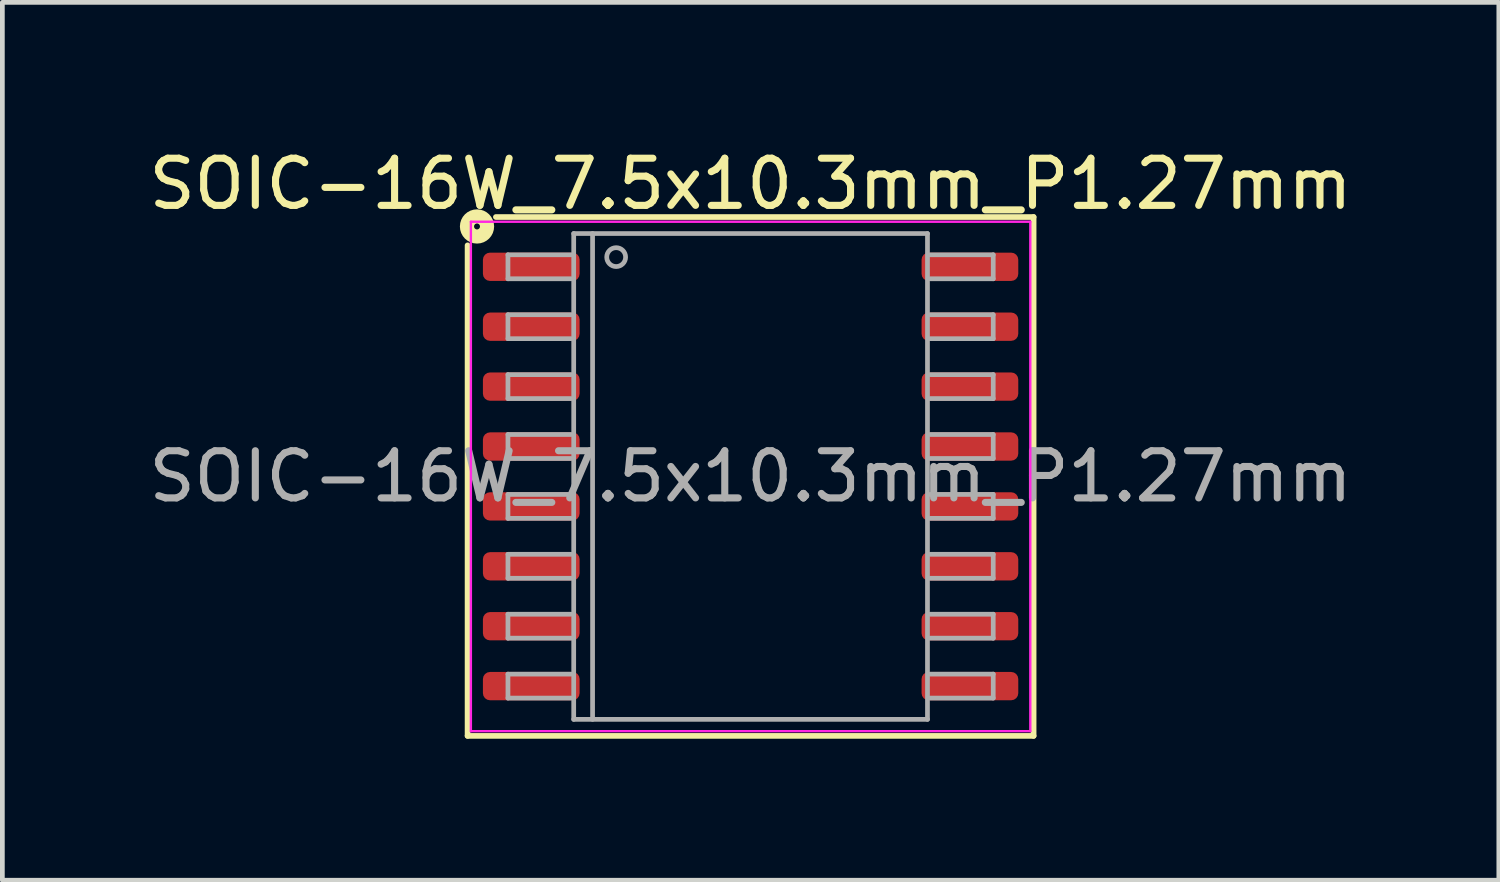
<source format=kicad_pcb>
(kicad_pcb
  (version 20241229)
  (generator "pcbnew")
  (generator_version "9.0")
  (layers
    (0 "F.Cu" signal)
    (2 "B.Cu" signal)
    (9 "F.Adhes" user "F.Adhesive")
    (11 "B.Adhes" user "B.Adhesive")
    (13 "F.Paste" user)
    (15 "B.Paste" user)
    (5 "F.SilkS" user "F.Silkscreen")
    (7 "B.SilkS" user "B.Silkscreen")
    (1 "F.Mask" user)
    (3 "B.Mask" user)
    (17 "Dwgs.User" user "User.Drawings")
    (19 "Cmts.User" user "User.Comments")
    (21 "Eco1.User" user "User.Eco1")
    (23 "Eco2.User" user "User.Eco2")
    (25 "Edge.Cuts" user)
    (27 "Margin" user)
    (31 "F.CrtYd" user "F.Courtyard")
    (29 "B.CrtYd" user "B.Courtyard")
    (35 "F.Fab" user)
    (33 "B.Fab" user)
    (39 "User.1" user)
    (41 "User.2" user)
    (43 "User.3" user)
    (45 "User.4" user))
  (footprint "SOIC-16W_7.5x10.3mm_P1.27mm"
    (layer "F.Cu")
    (at 12.863 7.051)
    (property "Reference" "SOIC-16W_7.5x10.3mm_P1.27mm" (at 0 -6.202 0) (layer "F.SilkS") (effects (font (size 1 1) (thickness 0.15))))
    (attr smd)
    (fp_line (start -6 -4.9) (end -6 5.5) (stroke (width 0.12) (type solid)) (layer "F.SilkS"))
    (fp_line (start -6 5.5) (end 6 5.5) (stroke (width 0.12) (type solid)) (layer "F.SilkS"))
    (fp_line (start 6 -5.5) (end -5.4 -5.5) (stroke (width 0.12) (type solid)) (layer "F.SilkS"))
    (fp_line (start 6 5.5) (end 6 -5.5) (stroke (width 0.12) (type solid)) (layer "F.SilkS"))
    (fp_circle (center -5.8 -5.3) (end -5.737 -5.3) (stroke (width 0.3) (type solid)) (fill no) (layer "F.SilkS"))
    (fp_line (start -5.93 -5.4) (end -5.93 5.4) (stroke (width 0.05) (type solid)) (layer "F.CrtYd"))
    (fp_line (start -5.93 5.4) (end 5.93 5.4) (stroke (width 0.05) (type solid)) (layer "F.CrtYd"))
    (fp_line (start 5.93 -5.4) (end -5.93 -5.4) (stroke (width 0.05) (type solid)) (layer "F.CrtYd"))
    (fp_line (start 5.93 5.4) (end 5.93 -5.4) (stroke (width 0.05) (type solid)) (layer "F.CrtYd"))
    (fp_line (start -5.144 -4.699) (end -5.144 -4.191) (stroke (width 0.1) (type solid)) (layer "F.Fab"))
    (fp_line (start -5.144 -4.699) (end -3.81 -4.699) (stroke (width 0.1) (type solid)) (layer "F.Fab"))
    (fp_line (start -5.144 -4.191) (end -3.81 -4.191) (stroke (width 0.1) (type solid)) (layer "F.Fab"))
    (fp_line (start -5.144 -3.429) (end -5.144 -2.921) (stroke (width 0.1) (type solid)) (layer "F.Fab"))
    (fp_line (start -5.144 -3.429) (end -3.81 -3.429) (stroke (width 0.1) (type solid)) (layer "F.Fab"))
    (fp_line (start -5.144 -2.921) (end -3.81 -2.921) (stroke (width 0.1) (type solid)) (layer "F.Fab"))
    (fp_line (start -5.144 -2.159) (end -5.144 -1.651) (stroke (width 0.1) (type solid)) (layer "F.Fab"))
    (fp_line (start -5.144 -2.159) (end -3.81 -2.159) (stroke (width 0.1) (type solid)) (layer "F.Fab"))
    (fp_line (start -5.144 -1.651) (end -3.81 -1.651) (stroke (width 0.1) (type solid)) (layer "F.Fab"))
    (fp_line (start -5.144 -0.889) (end -5.144 -0.381) (stroke (width 0.1) (type solid)) (layer "F.Fab"))
    (fp_line (start -5.144 -0.889) (end -3.81 -0.889) (stroke (width 0.1) (type solid)) (layer "F.Fab"))
    (fp_line (start -5.144 -0.381) (end -3.81 -0.381) (stroke (width 0.1) (type solid)) (layer "F.Fab"))
    (fp_line (start -5.144 0.381) (end -5.144 0.889) (stroke (width 0.1) (type solid)) (layer "F.Fab"))
    (fp_line (start -5.144 0.381) (end -3.81 0.381) (stroke (width 0.1) (type solid)) (layer "F.Fab"))
    (fp_line (start -5.144 0.889) (end -3.81 0.889) (stroke (width 0.1) (type solid)) (layer "F.Fab"))
    (fp_line (start -5.144 1.651) (end -5.144 2.159) (stroke (width 0.1) (type solid)) (layer "F.Fab"))
    (fp_line (start -5.144 1.651) (end -3.81 1.651) (stroke (width 0.1) (type solid)) (layer "F.Fab"))
    (fp_line (start -5.144 2.159) (end -3.81 2.159) (stroke (width 0.1) (type solid)) (layer "F.Fab"))
    (fp_line (start -5.144 2.921) (end -5.144 3.429) (stroke (width 0.1) (type solid)) (layer "F.Fab"))
    (fp_line (start -5.144 2.921) (end -3.81 2.921) (stroke (width 0.1) (type solid)) (layer "F.Fab"))
    (fp_line (start -5.144 3.429) (end -3.81 3.429) (stroke (width 0.1) (type solid)) (layer "F.Fab"))
    (fp_line (start -5.144 4.191) (end -5.144 4.699) (stroke (width 0.1) (type solid)) (layer "F.Fab"))
    (fp_line (start -5.144 4.191) (end -3.81 4.191) (stroke (width 0.1) (type solid)) (layer "F.Fab"))
    (fp_line (start -5.144 4.699) (end -3.81 4.699) (stroke (width 0.1) (type solid)) (layer "F.Fab"))
    (fp_line (start -3.75 -5.15) (end 3.75 -5.15) (stroke (width 0.1) (type solid)) (layer "F.Fab"))
    (fp_line (start -3.75 5.15) (end -3.75 -5.15) (stroke (width 0.1) (type solid)) (layer "F.Fab"))
    (fp_line (start -3.35 -5.15) (end -3.35 5.15) (stroke (width 0.1) (type solid)) (layer "F.Fab"))
    (fp_line (start 3.75 -5.15) (end 3.75 5.15) (stroke (width 0.1) (type solid)) (layer "F.Fab"))
    (fp_line (start 3.75 5.15) (end -3.75 5.15) (stroke (width 0.1) (type solid)) (layer "F.Fab"))
    (fp_line (start 5.144 -4.699) (end 3.81 -4.699) (stroke (width 0.1) (type solid)) (layer "F.Fab"))
    (fp_line (start 5.144 -4.191) (end 3.81 -4.191) (stroke (width 0.1) (type solid)) (layer "F.Fab"))
    (fp_line (start 5.144 -4.191) (end 5.144 -4.699) (stroke (width 0.1) (type solid)) (layer "F.Fab"))
    (fp_line (start 5.144 -3.429) (end 3.81 -3.429) (stroke (width 0.1) (type solid)) (layer "F.Fab"))
    (fp_line (start 5.144 -2.921) (end 3.81 -2.921) (stroke (width 0.1) (type solid)) (layer "F.Fab"))
    (fp_line (start 5.144 -2.921) (end 5.144 -3.429) (stroke (width 0.1) (type solid)) (layer "F.Fab"))
    (fp_line (start 5.144 -2.159) (end 3.81 -2.159) (stroke (width 0.1) (type solid)) (layer "F.Fab"))
    (fp_line (start 5.144 -1.651) (end 3.81 -1.651) (stroke (width 0.1) (type solid)) (layer "F.Fab"))
    (fp_line (start 5.144 -1.651) (end 5.144 -2.159) (stroke (width 0.1) (type solid)) (layer "F.Fab"))
    (fp_line (start 5.144 -0.889) (end 3.81 -0.889) (stroke (width 0.1) (type solid)) (layer "F.Fab"))
    (fp_line (start 5.144 -0.381) (end 3.81 -0.381) (stroke (width 0.1) (type solid)) (layer "F.Fab"))
    (fp_line (start 5.144 -0.381) (end 5.144 -0.889) (stroke (width 0.1) (type solid)) (layer "F.Fab"))
    (fp_line (start 5.144 0.381) (end 3.81 0.381) (stroke (width 0.1) (type solid)) (layer "F.Fab"))
    (fp_line (start 5.144 0.889) (end 3.81 0.889) (stroke (width 0.1) (type solid)) (layer "F.Fab"))
    (fp_line (start 5.144 0.889) (end 5.144 0.381) (stroke (width 0.1) (type solid)) (layer "F.Fab"))
    (fp_line (start 5.144 1.651) (end 3.81 1.651) (stroke (width 0.1) (type solid)) (layer "F.Fab"))
    (fp_line (start 5.144 2.159) (end 3.81 2.159) (stroke (width 0.1) (type solid)) (layer "F.Fab"))
    (fp_line (start 5.144 2.159) (end 5.144 1.651) (stroke (width 0.1) (type solid)) (layer "F.Fab"))
    (fp_line (start 5.144 2.921) (end 3.81 2.921) (stroke (width 0.1) (type solid)) (layer "F.Fab"))
    (fp_line (start 5.144 3.429) (end 3.81 3.429) (stroke (width 0.1) (type solid)) (layer "F.Fab"))
    (fp_line (start 5.144 3.429) (end 5.144 2.921) (stroke (width 0.1) (type solid)) (layer "F.Fab"))
    (fp_line (start 5.144 4.191) (end 3.81 4.191) (stroke (width 0.1) (type solid)) (layer "F.Fab"))
    (fp_line (start 5.144 4.699) (end 3.81 4.699) (stroke (width 0.1) (type solid)) (layer "F.Fab"))
    (fp_line (start 5.144 4.699) (end 5.144 4.191) (stroke (width 0.1) (type solid)) (layer "F.Fab"))
    (fp_circle (center -2.85 -4.65) (end -2.65 -4.65) (stroke (width 0.1) (type solid)) (fill no) (layer "F.Fab"))
    (fp_text user "${REFERENCE}" (at 0 0 0) (layer "F.Fab") (effects (font (size 1 1) (thickness 0.15))))
    (pad "1" smd roundrect (at -4.65 -4.445) (size 2.05 0.6) (layers "F.Cu" "F.Mask" "F.Paste") (roundrect_rratio 0.25))
    (pad "2" smd roundrect (at -4.65 -3.175) (size 2.05 0.6) (layers "F.Cu" "F.Mask" "F.Paste") (roundrect_rratio 0.25))
    (pad "3" smd roundrect (at -4.65 -1.905) (size 2.05 0.6) (layers "F.Cu" "F.Mask" "F.Paste") (roundrect_rratio 0.25))
    (pad "4" smd roundrect (at -4.65 -0.635) (size 2.05 0.6) (layers "F.Cu" "F.Mask" "F.Paste") (roundrect_rratio 0.25))
    (pad "5" smd roundrect (at -4.65 0.635) (size 2.05 0.6) (layers "F.Cu" "F.Mask" "F.Paste") (roundrect_rratio 0.25))
    (pad "6" smd roundrect (at -4.65 1.905) (size 2.05 0.6) (layers "F.Cu" "F.Mask" "F.Paste") (roundrect_rratio 0.25))
    (pad "7" smd roundrect (at -4.65 3.175) (size 2.05 0.6) (layers "F.Cu" "F.Mask" "F.Paste") (roundrect_rratio 0.25))
    (pad "8" smd roundrect (at -4.65 4.445) (size 2.05 0.6) (layers "F.Cu" "F.Mask" "F.Paste") (roundrect_rratio 0.25))
    (pad "9" smd roundrect (at 4.65 4.445) (size 2.05 0.6) (layers "F.Cu" "F.Mask" "F.Paste") (roundrect_rratio 0.25))
    (pad "10" smd roundrect (at 4.65 3.175) (size 2.05 0.6) (layers "F.Cu" "F.Mask" "F.Paste") (roundrect_rratio 0.25))
    (pad "11" smd roundrect (at 4.65 1.905) (size 2.05 0.6) (layers "F.Cu" "F.Mask" "F.Paste") (roundrect_rratio 0.25))
    (pad "12" smd roundrect (at 4.65 0.635) (size 2.05 0.6) (layers "F.Cu" "F.Mask" "F.Paste") (roundrect_rratio 0.25))
    (pad "13" smd roundrect (at 4.65 -0.635) (size 2.05 0.6) (layers "F.Cu" "F.Mask" "F.Paste") (roundrect_rratio 0.25))
    (pad "14" smd roundrect (at 4.65 -1.905) (size 2.05 0.6) (layers "F.Cu" "F.Mask" "F.Paste") (roundrect_rratio 0.25))
    (pad "15" smd roundrect (at 4.65 -3.175) (size 2.05 0.6) (layers "F.Cu" "F.Mask" "F.Paste") (roundrect_rratio 0.25))
    (pad "16" smd roundrect (at 4.65 -4.445) (size 2.05 0.6) (layers "F.Cu" "F.Mask" "F.Paste") (roundrect_rratio 0.25)))
  (gr_rect
    (start -3 -3)
    (end 28.726 15.611)
    (stroke (width 0.1) (type default))
    (fill no)
    (layer "Edge.Cuts")))
</source>
